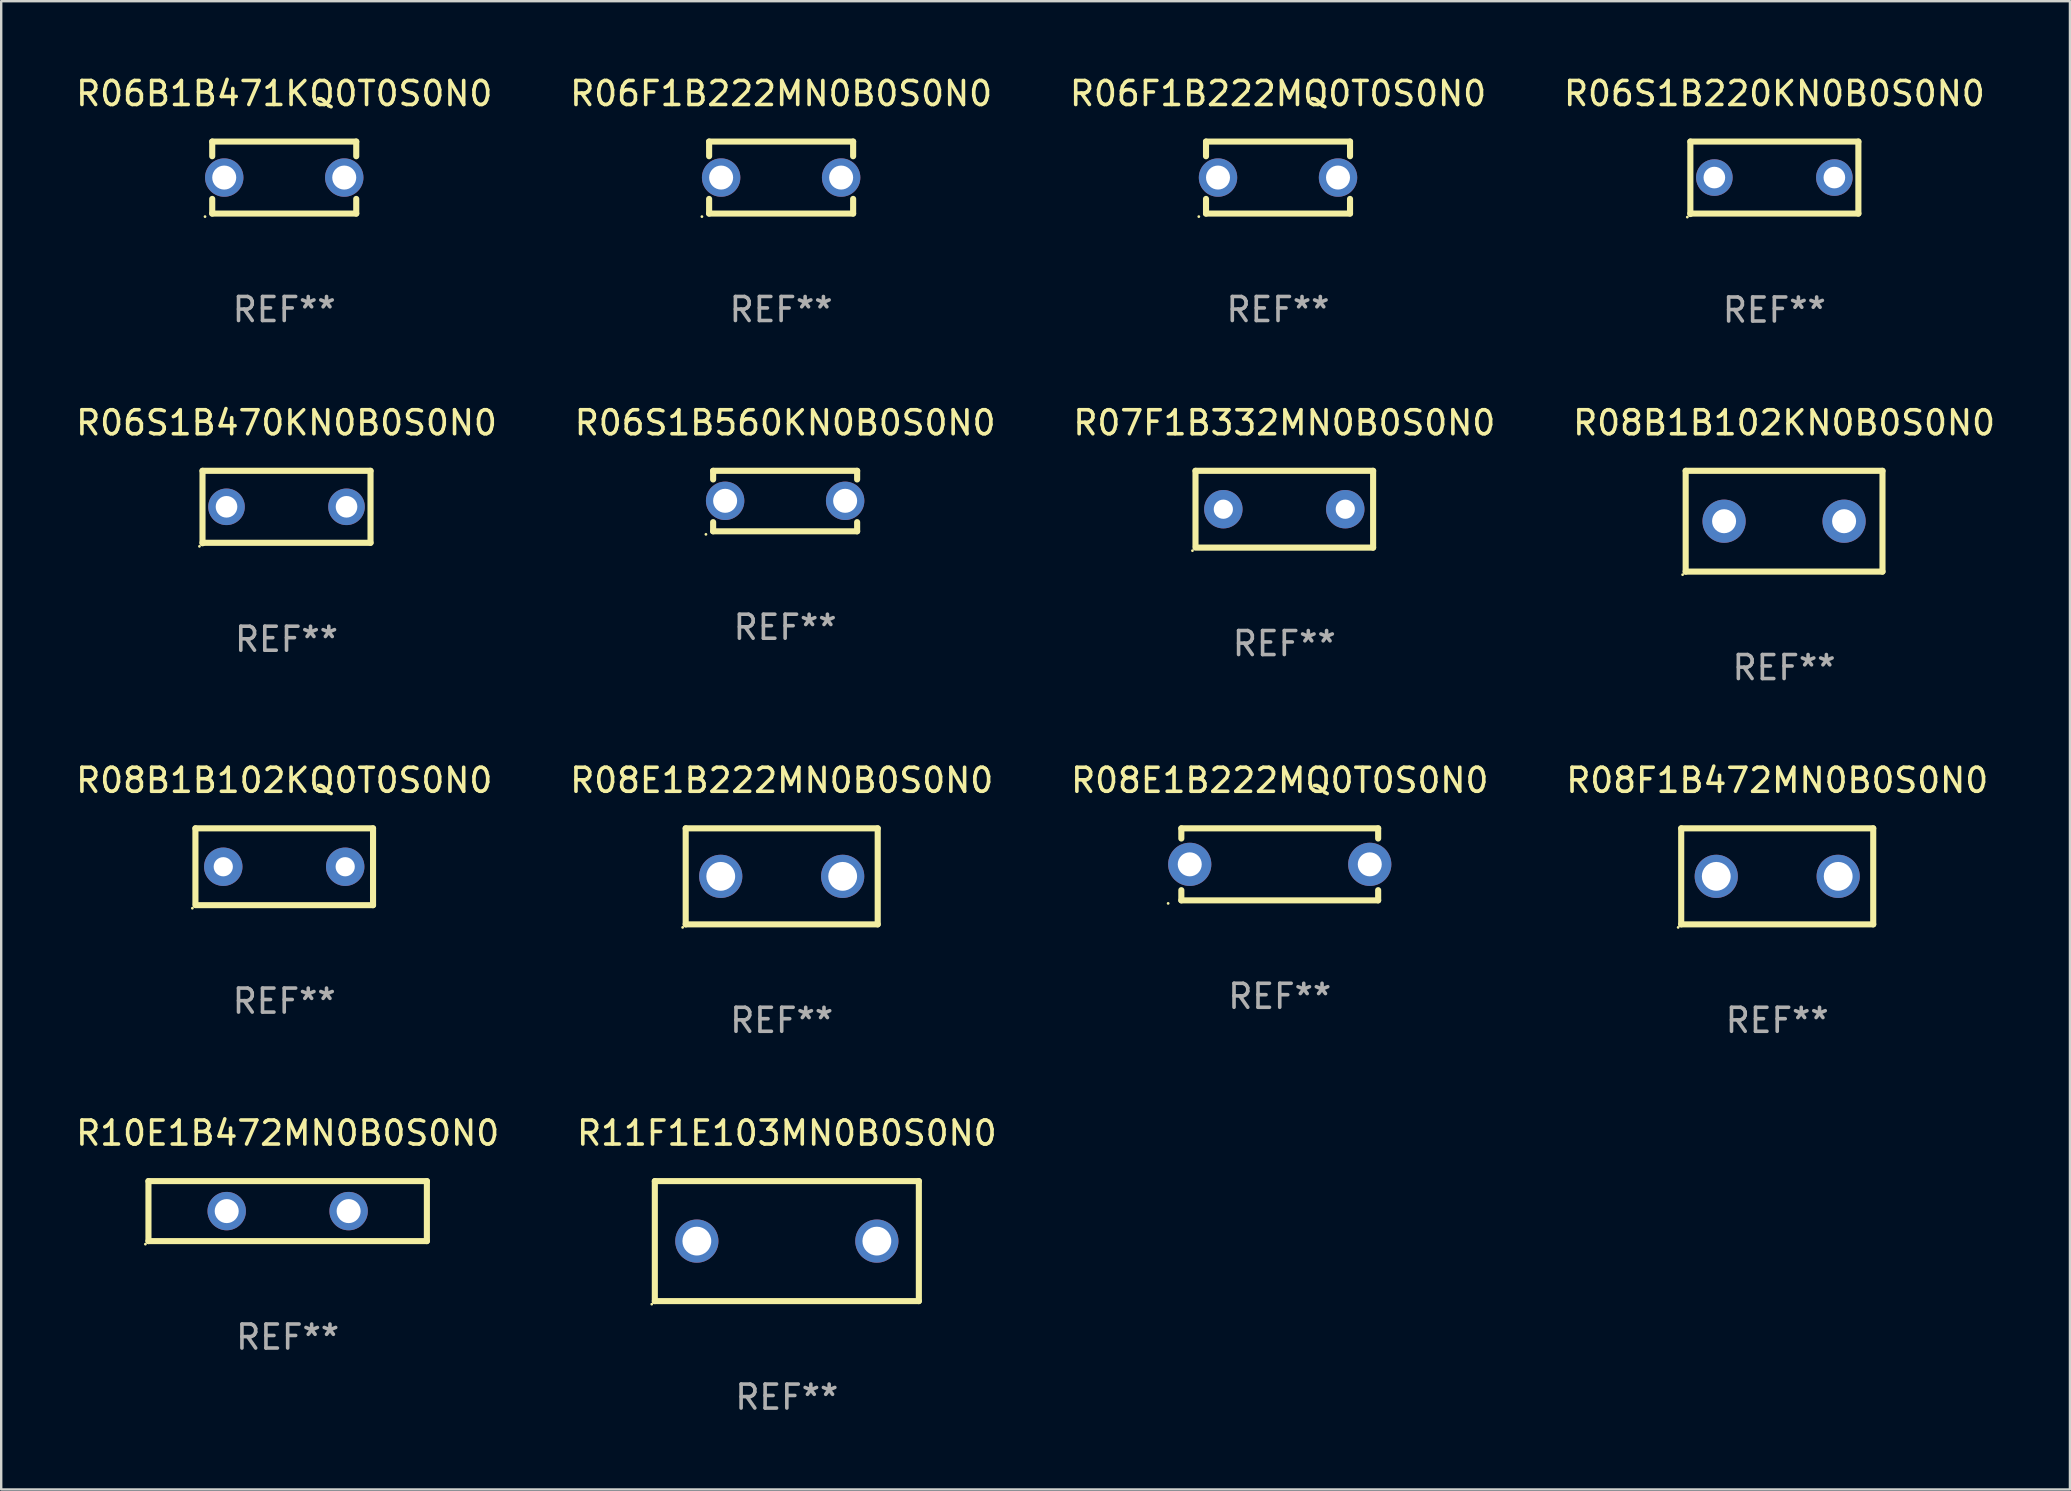
<source format=kicad_pcb>
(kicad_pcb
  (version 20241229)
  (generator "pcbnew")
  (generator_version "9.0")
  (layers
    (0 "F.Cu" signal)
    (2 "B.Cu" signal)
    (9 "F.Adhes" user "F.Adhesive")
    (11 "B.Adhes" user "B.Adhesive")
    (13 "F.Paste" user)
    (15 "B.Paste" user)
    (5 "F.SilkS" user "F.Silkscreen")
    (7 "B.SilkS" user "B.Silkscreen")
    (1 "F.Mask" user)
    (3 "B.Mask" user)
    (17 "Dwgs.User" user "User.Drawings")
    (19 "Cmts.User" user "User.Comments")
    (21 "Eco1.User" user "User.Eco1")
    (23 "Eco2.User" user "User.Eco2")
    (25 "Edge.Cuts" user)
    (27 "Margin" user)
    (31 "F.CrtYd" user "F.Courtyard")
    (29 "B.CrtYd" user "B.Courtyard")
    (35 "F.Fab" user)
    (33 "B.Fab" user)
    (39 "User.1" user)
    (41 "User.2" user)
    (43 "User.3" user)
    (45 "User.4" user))
  (footprint "R11F1E103MN0B0S0N0"
    (layer "F.Cu")
    (at 29.732 48.658)
    (property "Reference" "R11F1E103MN0B0S0N0" (at 0 -4.5 0) (layer "F.SilkS") (effects (font (size 1 1) (thickness 0.15))))
    (attr through_hole)
    (fp_line (start -5.5 -2.5) (end 5.5 -2.5) (stroke (width 0.254) (type solid)) (layer "F.SilkS"))
    (fp_line (start -5.5 2.5) (end -5.5 -2.5) (stroke (width 0.254) (type solid)) (layer "F.SilkS"))
    (fp_line (start 5.5 -2.5) (end 5.5 2.5) (stroke (width 0.254) (type solid)) (layer "F.SilkS"))
    (fp_line (start 5.5 2.5) (end -5.5 2.5) (stroke (width 0.254) (type solid)) (layer "F.SilkS"))
    (fp_circle (center -5.627 2.627) (end -5.597 2.627) (stroke (width 0.06) (type solid)) (fill no) (layer "F.SilkS"))
    (fp_text user "REF**" (at 0 6.5 0) (layer "F.Fab") (effects (font (size 1 1) (thickness 0.15))))
    (pad "1" thru_hole circle (at -3.75 0) (size 1.8 1.8) (drill 1.2) (layers "*.Cu" "*.Mask"))
    (pad "2" thru_hole circle (at 3.75 0) (size 1.8 1.8) (drill 1.2) (layers "*.Cu" "*.Mask")))
  (footprint "R06F1B222MQ0T0S0N0"
    (layer "F.Cu")
    (at 50.196 4.348)
    (property "Reference" "R06F1B222MQ0T0S0N0" (at 0 -3.5 0) (layer "F.SilkS") (effects (font (size 1 1) (thickness 0.15))))
    (attr through_hole)
    (fp_line (start -3 -1.5) (end -3 -0.889) (stroke (width 0.254) (type solid)) (layer "F.SilkS"))
    (fp_line (start -3 1.5) (end -3 0.889) (stroke (width 0.254) (type solid)) (layer "F.SilkS"))
    (fp_line (start 3 -1.5) (end -3 -1.5) (stroke (width 0.254) (type solid)) (layer "F.SilkS"))
    (fp_line (start 3 -0.889) (end 3 -1.5) (stroke (width 0.254) (type solid)) (layer "F.SilkS"))
    (fp_line (start 3 0.889) (end 3 1.5) (stroke (width 0.254) (type solid)) (layer "F.SilkS"))
    (fp_line (start 3 1.5) (end -3 1.5) (stroke (width 0.254) (type solid)) (layer "F.SilkS"))
    (fp_circle (center -3.3 1.627) (end -3.27 1.627) (stroke (width 0.06) (type solid)) (fill no) (layer "F.SilkS"))
    (fp_text user "REF**" (at 0 5.5 0) (layer "F.Fab") (effects (font (size 1 1) (thickness 0.15))))
    (pad "1" thru_hole circle (at -2.5 0) (size 1.6 1.6) (drill 1) (layers "*.Cu" "*.Mask"))
    (pad "2" thru_hole circle (at 2.5 0) (size 1.6 1.6) (drill 1) (layers "*.Cu" "*.Mask")))
  (footprint "R06F1B222MN0B0S0N0"
    (layer "F.Cu")
    (at 29.494 4.348)
    (property "Reference" "R06F1B222MN0B0S0N0" (at 0 -3.5 0) (layer "F.SilkS") (effects (font (size 1 1) (thickness 0.15))))
    (attr through_hole)
    (fp_line (start -3 -1.5) (end -3 -0.889) (stroke (width 0.254) (type solid)) (layer "F.SilkS"))
    (fp_line (start -3 1.5) (end -3 0.889) (stroke (width 0.254) (type solid)) (layer "F.SilkS"))
    (fp_line (start 3 -1.5) (end -3 -1.5) (stroke (width 0.254) (type solid)) (layer "F.SilkS"))
    (fp_line (start 3 -0.889) (end 3 -1.5) (stroke (width 0.254) (type solid)) (layer "F.SilkS"))
    (fp_line (start 3 0.889) (end 3 1.5) (stroke (width 0.254) (type solid)) (layer "F.SilkS"))
    (fp_line (start 3 1.5) (end -3 1.5) (stroke (width 0.254) (type solid)) (layer "F.SilkS"))
    (fp_circle (center -3.3 1.627) (end -3.27 1.627) (stroke (width 0.06) (type solid)) (fill no) (layer "F.SilkS"))
    (fp_text user "REF**" (at 0 5.5 0) (layer "F.Fab") (effects (font (size 1 1) (thickness 0.15))))
    (pad "1" thru_hole circle (at -2.5 0) (size 1.6 1.6) (drill 1) (layers "*.Cu" "*.Mask"))
    (pad "2" thru_hole circle (at 2.5 0) (size 1.6 1.6) (drill 1) (layers "*.Cu" "*.Mask")))
  (footprint "R08B1B102KN0B0S0N0"
    (layer "F.Cu")
    (at 71.28 18.665)
    (property "Reference" "R08B1B102KN0B0S0N0" (at 0 -4.1 0) (layer "F.SilkS") (effects (font (size 1 1) (thickness 0.15))))
    (attr through_hole)
    (fp_line (start -4.1 -2.1) (end -4.1 2.1) (stroke (width 0.254) (type solid)) (layer "F.SilkS"))
    (fp_line (start -4.1 -2.1) (end 4.1 -2.1) (stroke (width 0.254) (type solid)) (layer "F.SilkS"))
    (fp_line (start -4.1 2.1) (end 4.1 2.1) (stroke (width 0.254) (type solid)) (layer "F.SilkS"))
    (fp_line (start 4.1 -2.1) (end 4.1 2.1) (stroke (width 0.254) (type solid)) (layer "F.SilkS"))
    (fp_circle (center -4.227 2.227) (end -4.197 2.227) (stroke (width 0.06) (type solid)) (fill no) (layer "F.SilkS"))
    (fp_text user "REF**" (at 0 6.1 0) (layer "F.Fab") (effects (font (size 1 1) (thickness 0.15))))
    (pad "1" thru_hole circle (at -2.5 0) (size 1.8 1.8) (drill 1) (layers "*.Cu" "*.Mask"))
    (pad "2" thru_hole circle (at 2.5 0) (size 1.8 1.8) (drill 1) (layers "*.Cu" "*.Mask")))
  (footprint "R06S1B220KN0B0S0N0"
    (layer "F.Cu")
    (at 70.875 4.358)
    (property "Reference" "R06S1B220KN0B0S0N0" (at 0 -3.51 0) (layer "F.SilkS") (effects (font (size 1 1) (thickness 0.15))))
    (attr through_hole)
    (fp_line (start -3.5 -1.51) (end 3.5 -1.51) (stroke (width 0.254) (type solid)) (layer "F.SilkS"))
    (fp_line (start -3.5 1.51) (end -3.5 -1.51) (stroke (width 0.254) (type solid)) (layer "F.SilkS"))
    (fp_line (start 3.5 -1.51) (end 3.5 1.49) (stroke (width 0.254) (type solid)) (layer "F.SilkS"))
    (fp_line (start 3.5 1.49) (end -3.5 1.49) (stroke (width 0.254) (type solid)) (layer "F.SilkS"))
    (fp_circle (center -3.627 1.637) (end -3.597 1.637) (stroke (width 0.06) (type solid)) (fill no) (layer "F.SilkS"))
    (fp_text user "REF**" (at 0 5.51 0) (layer "F.Fab") (effects (font (size 1 1) (thickness 0.15))))
    (pad "1" thru_hole circle (at -2.5 -0.01) (size 1.524 1.524) (drill 0.9) (layers "*.Cu" "*.Mask"))
    (pad "2" thru_hole circle (at 2.5 -0.01) (size 1.524 1.524) (drill 0.9) (layers "*.Cu" "*.Mask")))
  (footprint "R08E1B222MN0B0S0N0"
    (layer "F.Cu")
    (at 29.518 33.461)
    (property "Reference" "R08E1B222MN0B0S0N0" (at 0 -4 0) (layer "F.SilkS") (effects (font (size 1 1) (thickness 0.15))))
    (attr through_hole)
    (fp_line (start -4 -2) (end 4 -2) (stroke (width 0.254) (type solid)) (layer "F.SilkS"))
    (fp_line (start -4 2) (end -4 -2) (stroke (width 0.254) (type solid)) (layer "F.SilkS"))
    (fp_line (start 4 -2) (end 4 2) (stroke (width 0.254) (type solid)) (layer "F.SilkS"))
    (fp_line (start 4 2) (end -4 2) (stroke (width 0.254) (type solid)) (layer "F.SilkS"))
    (fp_circle (center -4.127 2.127) (end -4.097 2.127) (stroke (width 0.06) (type solid)) (fill no) (layer "F.SilkS"))
    (fp_text user "REF**" (at 0 6 0) (layer "F.Fab") (effects (font (size 1 1) (thickness 0.15))))
    (pad "1" thru_hole circle (at -2.54 0) (size 1.8 1.8) (drill 1.2) (layers "*.Cu" "*.Mask"))
    (pad "2" thru_hole circle (at 2.54 0) (size 1.8 1.8) (drill 1.2) (layers "*.Cu" "*.Mask")))
  (footprint "R08B1B102KQ0T0S0N0"
    (layer "F.Cu")
    (at 8.792 33.061)
    (property "Reference" "R08B1B102KQ0T0S0N0" (at 0 -3.6 0) (layer "F.SilkS") (effects (font (size 1 1) (thickness 0.15))))
    (attr through_hole)
    (fp_line (start -3.7 -1.6) (end -3.7 1.524) (stroke (width 0.254) (type solid)) (layer "F.SilkS"))
    (fp_line (start -3.7 -1.6) (end 3.7 -1.6) (stroke (width 0.254) (type solid)) (layer "F.SilkS"))
    (fp_line (start -3.7 1.6) (end 3.7 1.6) (stroke (width 0.254) (type solid)) (layer "F.SilkS"))
    (fp_line (start 3.7 -1.6) (end 3.7 1.6) (stroke (width 0.254) (type solid)) (layer "F.SilkS"))
    (fp_circle (center -3.827 1.727) (end -3.797 1.727) (stroke (width 0.06) (type solid)) (fill no) (layer "F.SilkS"))
    (fp_text user "REF**" (at 0 5.6 0) (layer "F.Fab") (effects (font (size 1 1) (thickness 0.15))))
    (pad "1" thru_hole circle (at -2.54 0) (size 1.6 1.6) (drill 0.8) (layers "*.Cu" "*.Mask"))
    (pad "2" thru_hole circle (at 2.54 0) (size 1.6 1.6) (drill 0.8) (layers "*.Cu" "*.Mask")))
  (footprint "R08F1B472MN0B0S0N0"
    (layer "F.Cu")
    (at 70.994 33.461)
    (property "Reference" "R08F1B472MN0B0S0N0" (at 0 -4 0) (layer "F.SilkS") (effects (font (size 1 1) (thickness 0.15))))
    (attr through_hole)
    (fp_line (start -4 -2) (end 4 -2) (stroke (width 0.254) (type solid)) (layer "F.SilkS"))
    (fp_line (start -4 2) (end -4 -2) (stroke (width 0.254) (type solid)) (layer "F.SilkS"))
    (fp_line (start 4 -2) (end 4 2) (stroke (width 0.254) (type solid)) (layer "F.SilkS"))
    (fp_line (start 4 2) (end -4 2) (stroke (width 0.254) (type solid)) (layer "F.SilkS"))
    (fp_circle (center -4.127 2.127) (end -4.097 2.127) (stroke (width 0.06) (type solid)) (fill no) (layer "F.SilkS"))
    (fp_text user "REF**" (at 0 6 0) (layer "F.Fab") (effects (font (size 1 1) (thickness 0.15))))
    (pad "1" thru_hole circle (at -2.54 0) (size 1.8 1.8) (drill 1.2) (layers "*.Cu" "*.Mask"))
    (pad "2" thru_hole circle (at 2.54 0) (size 1.8 1.8) (drill 1.2) (layers "*.Cu" "*.Mask")))
  (footprint "R07F1B332MN0B0S0N0"
    (layer "F.Cu")
    (at 50.458 18.165)
    (property "Reference" "R07F1B332MN0B0S0N0" (at 0 -3.6 0) (layer "F.SilkS") (effects (font (size 1 1) (thickness 0.15))))
    (attr through_hole)
    (fp_line (start -3.7 -1.6) (end -3.7 1.524) (stroke (width 0.254) (type solid)) (layer "F.SilkS"))
    (fp_line (start -3.7 -1.6) (end 3.7 -1.6) (stroke (width 0.254) (type solid)) (layer "F.SilkS"))
    (fp_line (start -3.7 1.6) (end 3.7 1.6) (stroke (width 0.254) (type solid)) (layer "F.SilkS"))
    (fp_line (start 3.7 -1.6) (end 3.7 1.6) (stroke (width 0.254) (type solid)) (layer "F.SilkS"))
    (fp_circle (center -3.827 1.727) (end -3.797 1.727) (stroke (width 0.06) (type solid)) (fill no) (layer "F.SilkS"))
    (fp_text user "REF**" (at 0 5.6 0) (layer "F.Fab") (effects (font (size 1 1) (thickness 0.15))))
    (pad "1" thru_hole circle (at -2.54 0) (size 1.6 1.6) (drill 0.8) (layers "*.Cu" "*.Mask"))
    (pad "2" thru_hole circle (at 2.54 0) (size 1.6 1.6) (drill 0.8) (layers "*.Cu" "*.Mask")))
  (footprint "R10E1B472MN0B0S0N0"
    (layer "F.Cu")
    (at 8.935 47.408)
    (property "Reference" "R10E1B472MN0B0S0N0" (at 0 -3.25 0) (layer "F.SilkS") (effects (font (size 1 1) (thickness 0.15))))
    (attr through_hole)
    (fp_line (start -5.8 -1.25) (end 5.8 -1.25) (stroke (width 0.254) (type solid)) (layer "F.SilkS"))
    (fp_line (start -5.8 1.25) (end -5.8 -1.25) (stroke (width 0.254) (type solid)) (layer "F.SilkS"))
    (fp_line (start 5.8 -1.25) (end 5.8 1.25) (stroke (width 0.254) (type solid)) (layer "F.SilkS"))
    (fp_line (start 5.8 1.25) (end -5.8 1.25) (stroke (width 0.254) (type solid)) (layer "F.SilkS"))
    (fp_circle (center -5.927 1.377) (end -5.897 1.377) (stroke (width 0.06) (type solid)) (fill no) (layer "F.SilkS"))
    (fp_text user "REF**" (at 0 5.25 0) (layer "F.Fab") (effects (font (size 1 1) (thickness 0.15))))
    (pad "1" thru_hole circle (at -2.54 0) (size 1.6 1.6) (drill 1) (layers "*.Cu" "*.Mask"))
    (pad "2" thru_hole circle (at 2.54 0) (size 1.6 1.6) (drill 1) (layers "*.Cu" "*.Mask")))
  (footprint "R06S1B560KN0B0S0N0"
    (layer "F.Cu")
    (at 29.661 17.825)
    (property "Reference" "R06S1B560KN0B0S0N0" (at 0 -3.26 0) (layer "F.SilkS") (effects (font (size 1 1) (thickness 0.15))))
    (attr through_hole)
    (fp_line (start -3 -1.26) (end -3 -0.899) (stroke (width 0.254) (type solid)) (layer "F.SilkS"))
    (fp_line (start -3 1.26) (end -3 0.879) (stroke (width 0.254) (type solid)) (layer "F.SilkS"))
    (fp_line (start 3 -1.26) (end -3 -1.26) (stroke (width 0.254) (type solid)) (layer "F.SilkS"))
    (fp_line (start 3 -0.899) (end 3 -1.26) (stroke (width 0.254) (type solid)) (layer "F.SilkS"))
    (fp_line (start 3 0.879) (end 3 1.26) (stroke (width 0.254) (type solid)) (layer "F.SilkS"))
    (fp_line (start 3 1.26) (end -3 1.26) (stroke (width 0.254) (type solid)) (layer "F.SilkS"))
    (fp_circle (center -3.3 1.387) (end -3.27 1.387) (stroke (width 0.06) (type solid)) (fill no) (layer "F.SilkS"))
    (fp_text user "REF**" (at 0 5.26 0) (layer "F.Fab") (effects (font (size 1 1) (thickness 0.15))))
    (pad "1" thru_hole circle (at -2.5 -0.01) (size 1.6 1.6) (drill 1) (layers "*.Cu" "*.Mask"))
    (pad "2" thru_hole circle (at 2.5 -0.01) (size 1.6 1.6) (drill 1) (layers "*.Cu" "*.Mask")))
  (footprint "R08E1B222MQ0T0S0N0"
    (layer "F.Cu")
    (at 50.268 32.961)
    (property "Reference" "R08E1B222MQ0T0S0N0" (at 0 -3.5 0) (layer "F.SilkS") (effects (font (size 1 1) (thickness 0.15))))
    (attr through_hole)
    (fp_line (start -4.1 -1.5) (end -4.1 -1.076) (stroke (width 0.254) (type solid)) (layer "F.SilkS"))
    (fp_line (start -4.1 -1.5) (end 4.1 -1.5) (stroke (width 0.254) (type solid)) (layer "F.SilkS"))
    (fp_line (start -4.1 1.076) (end -4.1 1.5) (stroke (width 0.254) (type solid)) (layer "F.SilkS"))
    (fp_line (start -4.1 1.5) (end 4.1 1.5) (stroke (width 0.254) (type solid)) (layer "F.SilkS"))
    (fp_line (start 4.1 -1.5) (end 4.1 -1.076) (stroke (width 0.254) (type solid)) (layer "F.SilkS"))
    (fp_line (start 4.1 1.076) (end 4.1 1.5) (stroke (width 0.254) (type solid)) (layer "F.SilkS"))
    (fp_circle (center -4.65 1.627) (end -4.62 1.627) (stroke (width 0.06) (type solid)) (fill no) (layer "F.SilkS"))
    (fp_text user "REF**" (at 0 5.5 0) (layer "F.Fab") (effects (font (size 1 1) (thickness 0.15))))
    (pad "1" thru_hole circle (at -3.75 0) (size 1.8 1.8) (drill 1) (layers "*.Cu" "*.Mask"))
    (pad "2" thru_hole circle (at 3.75 0) (size 1.8 1.8) (drill 1) (layers "*.Cu" "*.Mask")))
  (footprint "R06B1B471KQ0T0S0N0"
    (layer "F.Cu")
    (at 8.792 4.348)
    (property "Reference" "R06B1B471KQ0T0S0N0" (at 0 -3.5 0) (layer "F.SilkS") (effects (font (size 1 1) (thickness 0.15))))
    (attr through_hole)
    (fp_line (start -3 -1.5) (end -3 -0.889) (stroke (width 0.254) (type solid)) (layer "F.SilkS"))
    (fp_line (start -3 1.5) (end -3 0.889) (stroke (width 0.254) (type solid)) (layer "F.SilkS"))
    (fp_line (start 3 -1.5) (end -3 -1.5) (stroke (width 0.254) (type solid)) (layer "F.SilkS"))
    (fp_line (start 3 -0.889) (end 3 -1.5) (stroke (width 0.254) (type solid)) (layer "F.SilkS"))
    (fp_line (start 3 0.889) (end 3 1.5) (stroke (width 0.254) (type solid)) (layer "F.SilkS"))
    (fp_line (start 3 1.5) (end -3 1.5) (stroke (width 0.254) (type solid)) (layer "F.SilkS"))
    (fp_circle (center -3.3 1.627) (end -3.27 1.627) (stroke (width 0.06) (type solid)) (fill no) (layer "F.SilkS"))
    (fp_text user "REF**" (at 0 5.5 0) (layer "F.Fab") (effects (font (size 1 1) (thickness 0.15))))
    (pad "1" thru_hole circle (at -2.5 0) (size 1.6 1.6) (drill 1) (layers "*.Cu" "*.Mask"))
    (pad "2" thru_hole circle (at 2.5 0) (size 1.6 1.6) (drill 1) (layers "*.Cu" "*.Mask")))
  (footprint "R06S1B470KN0B0S0N0"
    (layer "F.Cu")
    (at 8.887 18.075)
    (property "Reference" "R06S1B470KN0B0S0N0" (at 0 -3.51 0) (layer "F.SilkS") (effects (font (size 1 1) (thickness 0.15))))
    (attr through_hole)
    (fp_line (start -3.5 -1.51) (end 3.5 -1.51) (stroke (width 0.254) (type solid)) (layer "F.SilkS"))
    (fp_line (start -3.5 1.51) (end -3.5 -1.51) (stroke (width 0.254) (type solid)) (layer "F.SilkS"))
    (fp_line (start 3.5 -1.51) (end 3.5 1.49) (stroke (width 0.254) (type solid)) (layer "F.SilkS"))
    (fp_line (start 3.5 1.49) (end -3.5 1.49) (stroke (width 0.254) (type solid)) (layer "F.SilkS"))
    (fp_circle (center -3.627 1.637) (end -3.597 1.637) (stroke (width 0.06) (type solid)) (fill no) (layer "F.SilkS"))
    (fp_text user "REF**" (at 0 5.51 0) (layer "F.Fab") (effects (font (size 1 1) (thickness 0.15))))
    (pad "1" thru_hole circle (at -2.5 -0.01) (size 1.524 1.524) (drill 0.9) (layers "*.Cu" "*.Mask"))
    (pad "2" thru_hole circle (at 2.5 -0.01) (size 1.524 1.524) (drill 0.9) (layers "*.Cu" "*.Mask")))
  (gr_rect
    (start -3 -3)
    (end 83.19 59.006)
    (stroke (width 0.1) (type default))
    (fill no)
    (layer "Edge.Cuts")))
</source>
